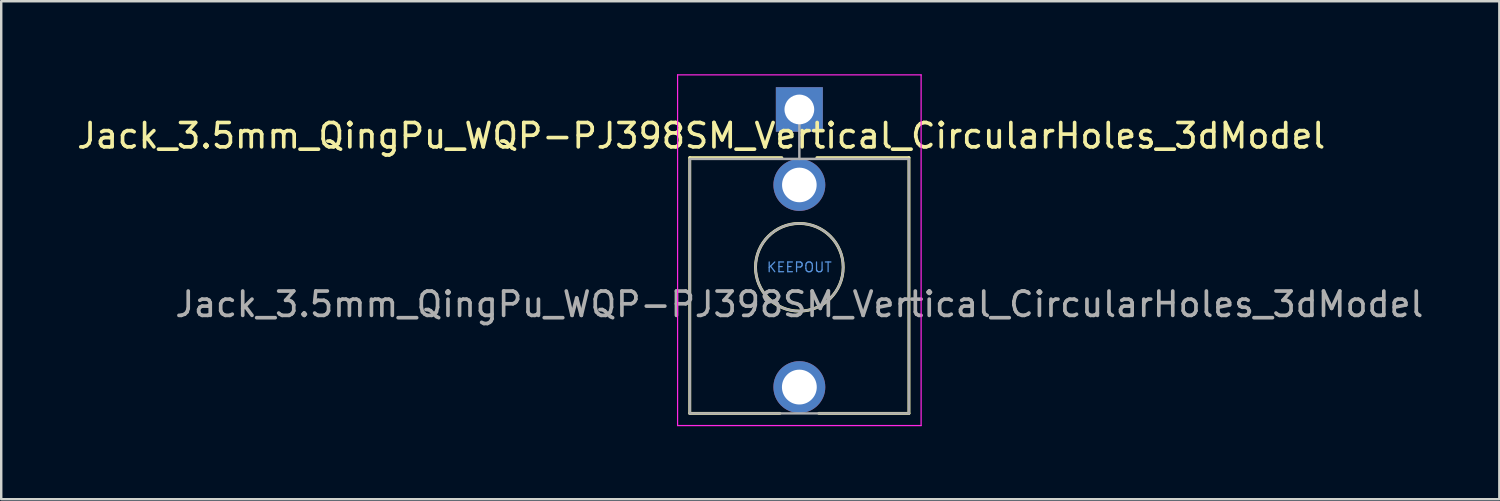
<source format=kicad_pcb>
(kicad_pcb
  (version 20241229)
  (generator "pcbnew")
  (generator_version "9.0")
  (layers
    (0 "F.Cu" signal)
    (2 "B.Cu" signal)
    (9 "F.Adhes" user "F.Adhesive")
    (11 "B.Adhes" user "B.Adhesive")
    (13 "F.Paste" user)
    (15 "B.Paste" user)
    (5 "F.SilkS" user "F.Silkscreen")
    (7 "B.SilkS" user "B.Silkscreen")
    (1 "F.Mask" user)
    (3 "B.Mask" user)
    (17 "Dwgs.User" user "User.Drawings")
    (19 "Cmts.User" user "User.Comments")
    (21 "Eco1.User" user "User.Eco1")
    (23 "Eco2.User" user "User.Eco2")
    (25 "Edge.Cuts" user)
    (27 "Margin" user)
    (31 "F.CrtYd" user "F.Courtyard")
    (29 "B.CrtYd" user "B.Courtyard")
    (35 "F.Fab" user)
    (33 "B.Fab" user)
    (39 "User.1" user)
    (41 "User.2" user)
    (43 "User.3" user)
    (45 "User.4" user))
  (footprint "Jack_3.5mm_QingPu_WQP-PJ398SM_Vertical_CircularHoles_3dModel"
    (layer "F.Cu")
    (at 29.774 7.92)
    (property "Reference" "Jack_3.5mm_QingPu_WQP-PJ398SM_Vertical_CircularHoles_3dModel" (at -4.03 -5.395 180) (layer "F.SilkS") (effects (font (size 1 1) (thickness 0.15))))
    (attr through_hole)
    (fp_line (start -4.5 -4.495) (end -4.5 6.005) (stroke (width 0.12) (type solid)) (layer "F.SilkS"))
    (fp_line (start -0.8 6.005) (end -4.5 6.005) (stroke (width 0.12) (type solid)) (layer "F.SilkS"))
    (fp_line (start -0.72 -4.495) (end -4.5 -4.495) (stroke (width 0.12) (type solid)) (layer "F.SilkS"))
    (fp_line (start 4.5 -4.495) (end 0.72 -4.495) (stroke (width 0.12) (type solid)) (layer "F.SilkS"))
    (fp_line (start 4.5 -4.495) (end 4.5 6.005) (stroke (width 0.12) (type solid)) (layer "F.SilkS"))
    (fp_line (start 4.5 6.005) (end 0.8 6.005) (stroke (width 0.12) (type solid)) (layer "F.SilkS"))
    (fp_circle (center 0 0.005) (end 1.8 0.005) (stroke (width 0.12) (type solid)) (fill no) (layer "F.SilkS"))
    (fp_line (start -5 6.505) (end -5 -7.895) (stroke (width 0.05) (type solid)) (layer "F.CrtYd"))
    (fp_line (start 5 -7.895) (end -5 -7.895) (stroke (width 0.05) (type solid)) (layer "F.CrtYd"))
    (fp_line (start 5 6.505) (end -5 6.505) (stroke (width 0.05) (type solid)) (layer "F.CrtYd"))
    (fp_line (start 5 6.505) (end 5 -7.895) (stroke (width 0.05) (type solid)) (layer "F.CrtYd"))
    (fp_line (start -4.5 6.005) (end -4.5 -4.395) (stroke (width 0.1) (type solid)) (layer "F.Fab"))
    (fp_line (start 0 -6.475) (end 0 -4.445) (stroke (width 0.1) (type solid)) (layer "F.Fab"))
    (fp_line (start 4.5 -4.445) (end -4.5 -4.445) (stroke (width 0.1) (type solid)) (layer "F.Fab"))
    (fp_line (start 4.5 6.005) (end -4.5 6.005) (stroke (width 0.1) (type solid)) (layer "F.Fab"))
    (fp_line (start 4.5 6.005) (end 4.5 -4.395) (stroke (width 0.1) (type solid)) (layer "F.Fab"))
    (fp_circle (center 0 0.005) (end 1.8 0.005) (stroke (width 0.1) (type solid)) (fill no) (layer "F.Fab"))
    (fp_text user "KEEPOUT" (at 0 0.005 0) (layer "Cmts.User") (effects (font (size 0.4 0.4) (thickness 0.051))))
    (fp_text user "${REFERENCE}" (at 0 1.525 180) (layer "F.Fab") (effects (font (size 1 1) (thickness 0.15))))
    (pad "S" thru_hole rect (at 0 -6.475 180) (size 1.93 1.83) (drill 1.22) (layers "*.Cu" "*.Mask"))
    (pad "T" thru_hole circle (at 0 4.925 180) (size 2.13 2.13) (drill 1.43) (layers "*.Cu" "*.Mask"))
    (pad "TN" thru_hole circle (at 0 -3.375 180) (size 2.13 2.13) (drill 1.42) (layers "*.Cu" "*.Mask"))
    (zone (net_name "") (layer "F.Cu") (hatch full 0.508) (connect_pads) (min_thickness 0.254) (filled_areas_thickness no) (keepout (tracks not_allowed) (vias not_allowed) (pads not_allowed) (copperpour not_allowed) (footprints not_allowed)) (placement (enabled no)) (fill) (polygon (pts (xy 31.279 7.925) (xy 31.259 7.679) (xy 31.199 7.44) (xy 31.101 7.214) (xy 30.967 7.007) (xy 30.801 6.824) (xy 30.607 6.671) (xy 30.391 6.552) (xy 30.159 6.47) (xy 29.916 6.427) (xy 29.669 6.424) (xy 29.425 6.461) (xy 29.191 6.537) (xy 28.972 6.651) (xy 28.775 6.799) (xy 28.604 6.978) (xy 28.465 7.182) (xy 28.361 7.405) (xy 28.296 7.643) (xy 28.269 7.888) (xy 28.284 8.134) (xy 28.338 8.375) (xy 28.431 8.604) (xy 28.559 8.814) (xy 28.721 9) (xy 28.911 9.158) (xy 29.124 9.282) (xy 29.354 9.37) (xy 29.596 9.42) (xy 29.842 9.429) (xy 30.087 9.397) (xy 30.323 9.326) (xy 30.545 9.218) (xy 30.746 9.075) (xy 30.92 8.901) (xy 31.064 8.7) (xy 31.173 8.479) (xy 31.245 8.243) (xy 31.277 7.999)))))
  (gr_rect
    (start -3 -3)
    (end 58.518 17.45)
    (stroke (width 0.1) (type default))
    (fill no)
    (layer "Edge.Cuts")))
</source>
